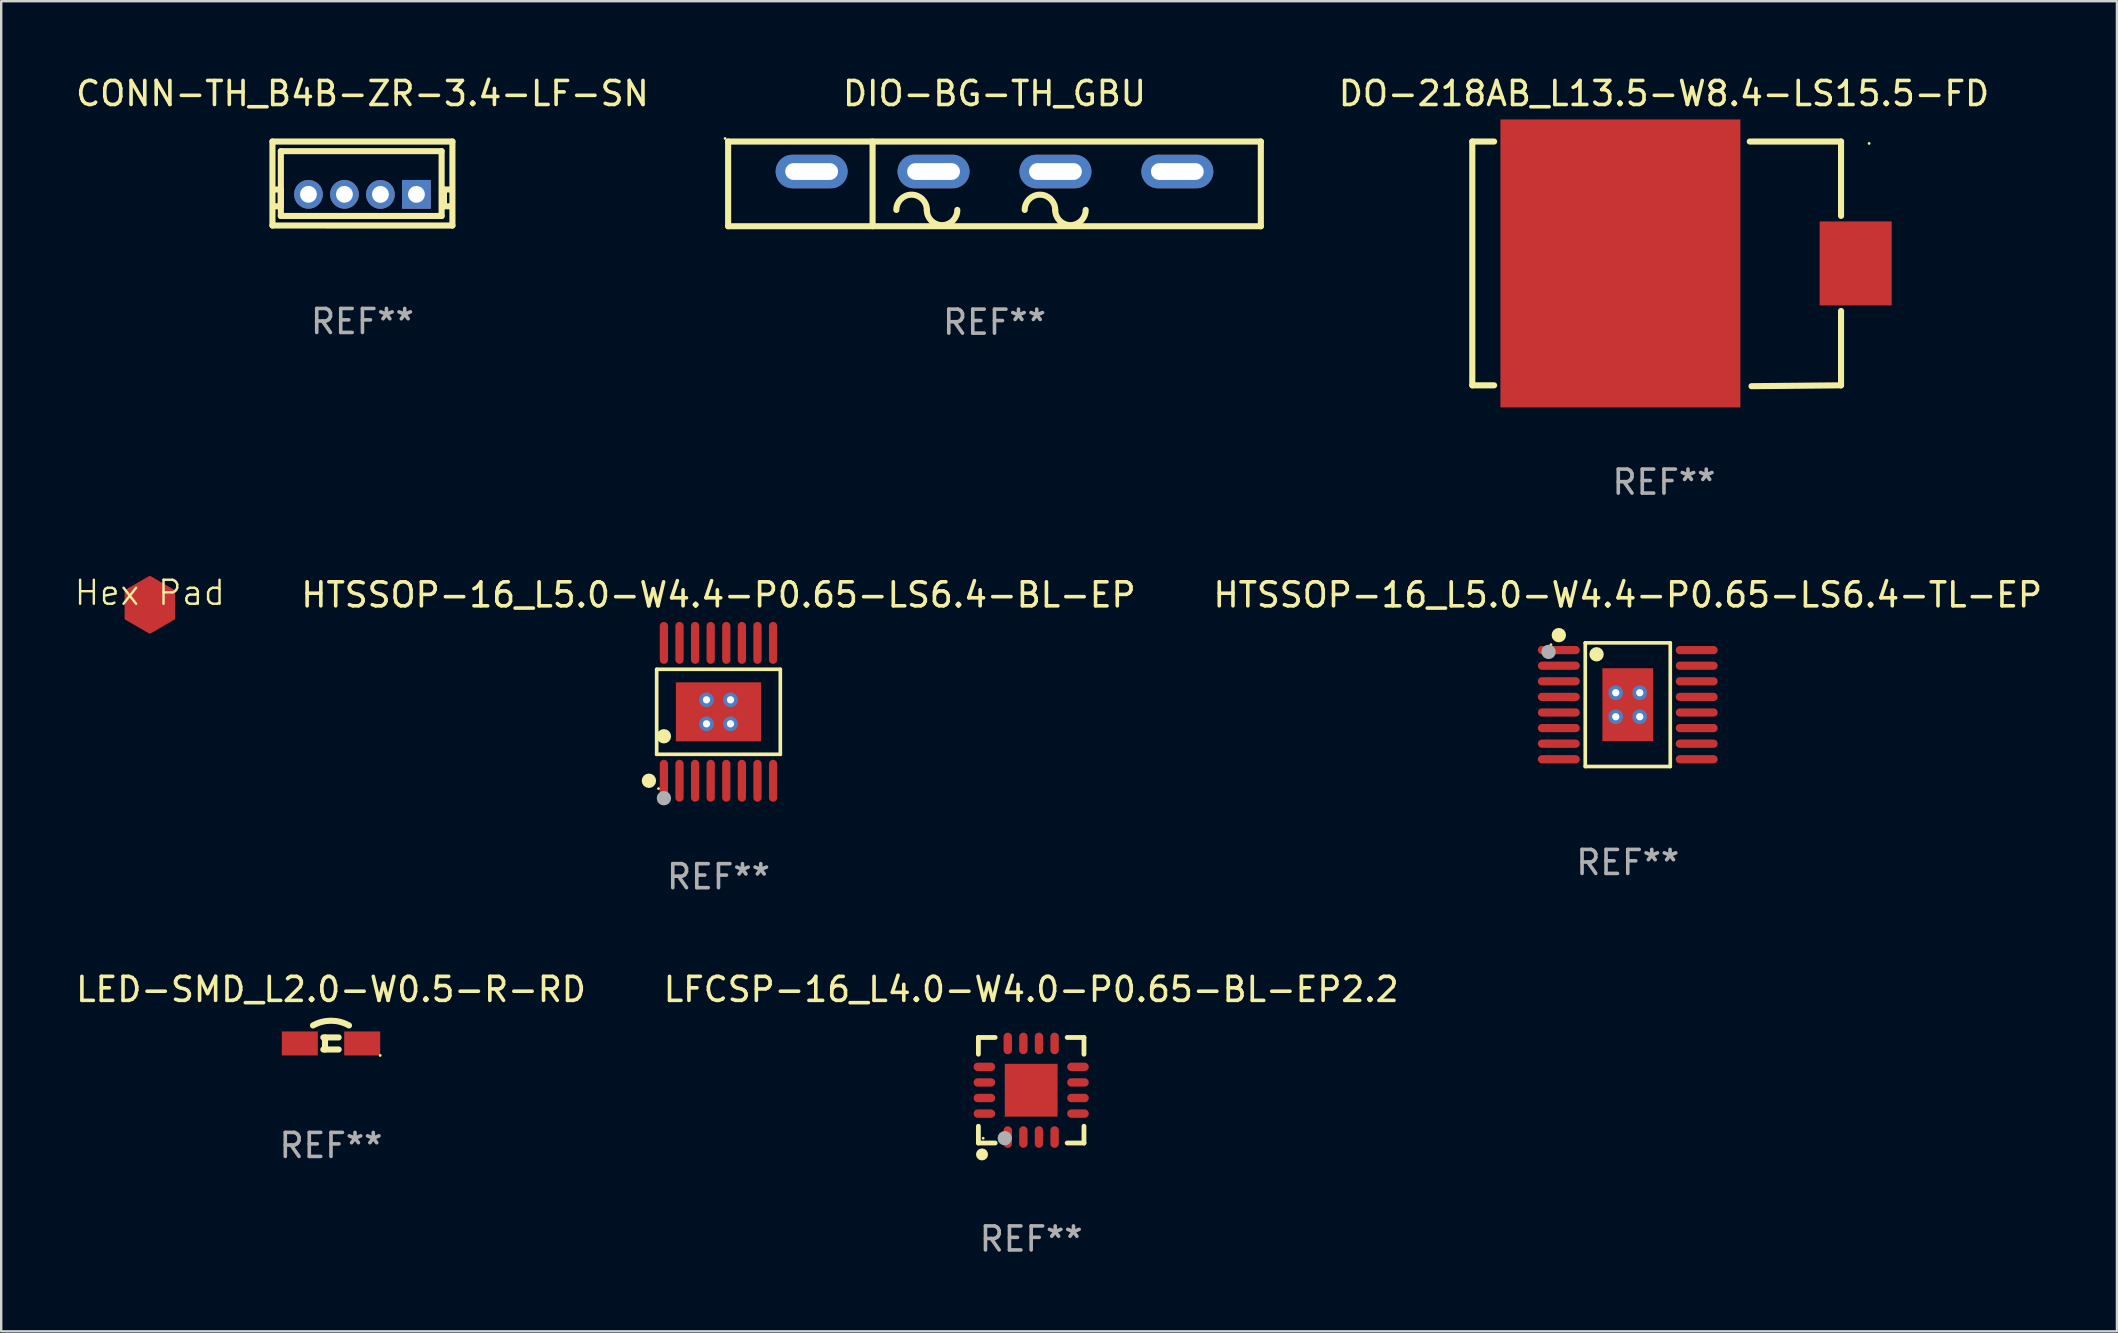
<source format=kicad_pcb>
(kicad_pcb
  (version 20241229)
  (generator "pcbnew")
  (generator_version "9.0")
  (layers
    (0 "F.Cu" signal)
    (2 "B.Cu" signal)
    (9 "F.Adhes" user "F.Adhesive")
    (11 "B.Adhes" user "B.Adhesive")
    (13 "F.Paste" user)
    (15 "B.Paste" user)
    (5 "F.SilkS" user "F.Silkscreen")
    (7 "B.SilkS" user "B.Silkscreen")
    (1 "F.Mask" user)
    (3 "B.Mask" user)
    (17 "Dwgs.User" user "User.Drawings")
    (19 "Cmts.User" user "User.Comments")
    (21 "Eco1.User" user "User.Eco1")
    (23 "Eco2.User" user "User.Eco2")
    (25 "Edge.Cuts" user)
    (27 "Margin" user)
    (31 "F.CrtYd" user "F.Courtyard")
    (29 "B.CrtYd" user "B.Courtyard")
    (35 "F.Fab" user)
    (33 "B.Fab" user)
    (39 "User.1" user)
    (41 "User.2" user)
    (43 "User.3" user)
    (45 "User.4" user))
  (footprint "LFCSP-16_L4.0-W4.0-P0.65-BL-EP2.2"
    (layer "F.Cu")
    (at 39.923 42.384)
    (property "Reference" "LFCSP-16_L4.0-W4.0-P0.65-BL-EP2.2" (at -0.000051 -4.2 0) (layer "F.SilkS") (effects (font (size 1 1) (thickness 0.15))))
    (attr through_hole)
    (fp_line (start -2.2 -2.2) (end -1.5 -2.2) (stroke (width 0.2) (type solid)) (layer "F.SilkS"))
    (fp_line (start -2.2 -1.5) (end -2.2 -2.2) (stroke (width 0.2) (type solid)) (layer "F.SilkS"))
    (fp_line (start -2.2 2.2) (end -2.2 1.5) (stroke (width 0.2) (type solid)) (layer "F.SilkS"))
    (fp_line (start -1.5 2.2) (end -2.2 2.2) (stroke (width 0.2) (type solid)) (layer "F.SilkS"))
    (fp_line (start 1.5 2.2) (end 2.2 2.2) (stroke (width 0.2) (type solid)) (layer "F.SilkS"))
    (fp_line (start 2.2 -2.2) (end 1.5 -2.2) (stroke (width 0.2) (type solid)) (layer "F.SilkS"))
    (fp_line (start 2.2 -1.5) (end 2.2 -2.2) (stroke (width 0.2) (type solid)) (layer "F.SilkS"))
    (fp_line (start 2.2 2.2) (end 2.2 1.5) (stroke (width 0.2) (type solid)) (layer "F.SilkS"))
    (fp_arc (start -2.047295 2.550114) (mid -2.048565 2.800094) (end -2.049835 2.550114) (stroke (width 0.25) (type solid)) (layer "F.SilkS"))
    (fp_circle (center -2 2) (end -1.97 2) (stroke (width 0.06) (type solid)) (fill no) (layer "F.SilkS"))
    (fp_circle (center -1.1 2) (end -0.95 2) (stroke (width 0.3) (type solid)) (fill no) (layer "F.Fab"))
    (fp_text user "REF**" (at -0.000051 6.2 0) (layer "F.Fab") (effects (font (size 1 1) (thickness 0.15))))
    (pad "1" smd oval (at -0.975 1.95 180) (size 0.35 0.9) (layers "F.Cu" "F.Mask" "F.Paste"))
    (pad "2" smd oval (at -0.325 1.95 180) (size 0.35 0.9) (layers "F.Cu" "F.Mask" "F.Paste"))
    (pad "3" smd oval (at 0.325 1.95 180) (size 0.35 0.9) (layers "F.Cu" "F.Mask" "F.Paste"))
    (pad "4" smd oval (at 0.975 1.95 180) (size 0.35 0.9) (layers "F.Cu" "F.Mask" "F.Paste"))
    (pad "5" smd oval (at 1.95 0.975 90) (size 0.35 0.9) (layers "F.Cu" "F.Mask" "F.Paste"))
    (pad "6" smd oval (at 1.95 0.325 90) (size 0.35 0.9) (layers "F.Cu" "F.Mask" "F.Paste"))
    (pad "7" smd oval (at 1.95 -0.325 90) (size 0.35 0.9) (layers "F.Cu" "F.Mask" "F.Paste"))
    (pad "8" smd oval (at 1.95 -0.975 90) (size 0.35 0.9) (layers "F.Cu" "F.Mask" "F.Paste"))
    (pad "9" smd oval (at 0.975 -1.95 180) (size 0.35 0.9) (layers "F.Cu" "F.Mask" "F.Paste"))
    (pad "10" smd oval (at 0.325 -1.95 180) (size 0.35 0.9) (layers "F.Cu" "F.Mask" "F.Paste"))
    (pad "11" smd oval (at -0.325 -1.95 180) (size 0.35 0.9) (layers "F.Cu" "F.Mask" "F.Paste"))
    (pad "12" smd oval (at -0.975 -1.95 180) (size 0.35 0.9) (layers "F.Cu" "F.Mask" "F.Paste"))
    (pad "13" smd oval (at -1.95 -0.975 90) (size 0.35 0.9) (layers "F.Cu" "F.Mask" "F.Paste"))
    (pad "14" smd oval (at -1.95 -0.325 90) (size 0.35 0.9) (layers "F.Cu" "F.Mask" "F.Paste"))
    (pad "15" smd oval (at -1.95 0.325 90) (size 0.35 0.9) (layers "F.Cu" "F.Mask" "F.Paste"))
    (pad "16" smd oval (at -1.95 0.975 90) (size 0.35 0.9) (layers "F.Cu" "F.Mask" "F.Paste"))
    (pad "17" smd rect (at 0 0 90) (size 2.2 2.2) (layers "F.Cu" "F.Mask" "F.Paste")))
  (footprint "DIO-BG-TH_GBU"
    (layer "F.Cu")
    (at 38.394 4.098)
    (property "Reference" "DIO-BG-TH_GBU" (at 0 -3.25 0) (layer "F.SilkS") (effects (font (size 1 1) (thickness 0.15))))
    (attr through_hole)
    (fp_line (start -11.1 -1.25) (end 11.1 -1.25) (stroke (width 0.254) (type solid)) (layer "F.SilkS"))
    (fp_line (start -11.1 2.28) (end -11.1 -1.25) (stroke (width 0.254) (type solid)) (layer "F.SilkS"))
    (fp_line (start -5.08 -1.25) (end -5.08 2.28) (stroke (width 0.254) (type solid)) (layer "F.SilkS"))
    (fp_line (start 11.1 -1.25) (end 11.1 2.28) (stroke (width 0.254) (type solid)) (layer "F.SilkS"))
    (fp_line (start 11.1 2.28) (end -11.1 2.28) (stroke (width 0.254) (type solid)) (layer "F.SilkS"))
    (fp_arc (start -4.089992 1.600076) (mid -3.454991 0.965075) (end -2.81999 1.600076) (stroke (width 0.254001) (type solid)) (layer "F.SilkS"))
    (fp_arc (start -1.549987 1.600076) (mid -2.184989 2.235078) (end -2.819991 1.600076) (stroke (width 0.254001) (type solid)) (layer "F.SilkS"))
    (fp_arc (start 1.259995 1.600076) (mid 1.894996 0.965075) (end 2.529997 1.600076) (stroke (width 0.254001) (type solid)) (layer "F.SilkS"))
    (fp_arc (start 3.8 1.600076) (mid 3.164999 2.235077) (end 2.529998 1.600076) (stroke (width 0.254001) (type solid)) (layer "F.SilkS"))
    (fp_circle (center -11.227 -1.377) (end -11.197 -1.377) (stroke (width 0.06) (type solid)) (fill no) (layer "F.SilkS"))
    (fp_text user "+" (at -7 3.6 0) (layer "B.Mask") (effects (font (size 1 1) (thickness 0.15))))
    (fp_text user "-" (at 8.65 3.85 0) (layer "B.Mask") (effects (font (size 1 1) (thickness 0.15))))
    (fp_text user "REF**" (at 0 6.28 0) (layer "F.Fab") (effects (font (size 1 1) (thickness 0.15))))
    (pad "1" thru_hole oval (at -7.62 0 180) (size 3 1.4) (drill oval 2.2 0.7) (layers "*.Cu" "*.Mask"))
    (pad "2" thru_hole oval (at -2.54 0 180) (size 3 1.4) (drill oval 2.2 0.7) (layers "*.Cu" "*.Mask"))
    (pad "3" thru_hole oval (at 2.54 0 180) (size 3 1.4) (drill oval 2.2 0.7) (layers "*.Cu" "*.Mask"))
    (pad "4" thru_hole oval (at 7.62 0 180) (size 3 1.4) (drill oval 2.2 0.7) (layers "*.Cu" "*.Mask")))
  (footprint "CONN-TH_B4B-ZR-3.4-LF-SN"
    (layer "F.Cu")
    (at 12.054 5.05)
    (property "Reference" "CONN-TH_B4B-ZR-3.4-LF-SN" (at 0 -4.202 0) (layer "F.SilkS") (effects (font (size 1 1) (thickness 0.15))))
    (attr through_hole)
    (fp_line (start -3.75 -2.202) (end 3.75 -2.202) (stroke (width 0.254) (type solid)) (layer "F.SilkS"))
    (fp_line (start -3.75 1.298) (end -3.75 -2.202) (stroke (width 0.254) (type solid)) (layer "F.SilkS"))
    (fp_line (start -3.702 -0.202) (end -3.402 -0.202) (stroke (width 0.254) (type solid)) (layer "F.SilkS"))
    (fp_line (start -3.402 -0.202) (end -3.402 0.398) (stroke (width 0.254) (type solid)) (layer "F.SilkS"))
    (fp_line (start -3.402 0.398) (end -3.402 0.498) (stroke (width 0.254) (type solid)) (layer "F.SilkS"))
    (fp_line (start -3.402 0.498) (end -3.702 0.498) (stroke (width 0.254) (type solid)) (layer "F.SilkS"))
    (fp_line (start -3.4 -1.8) (end -3.4 0.9) (stroke (width 0.254) (type solid)) (layer "F.SilkS"))
    (fp_line (start -3.4 0.9) (end 3.3 0.9) (stroke (width 0.254) (type solid)) (layer "F.SilkS"))
    (fp_line (start 3.3 -1.8) (end -3.4 -1.8) (stroke (width 0.254) (type solid)) (layer "F.SilkS"))
    (fp_line (start 3.3 0.9) (end 3.3 -1.8) (stroke (width 0.254) (type solid)) (layer "F.SilkS"))
    (fp_line (start 3.397 -0.203) (end 3.397 0.397) (stroke (width 0.254) (type solid)) (layer "F.SilkS"))
    (fp_line (start 3.397 0.397) (end 3.397 0.497) (stroke (width 0.254) (type solid)) (layer "F.SilkS"))
    (fp_line (start 3.397 0.497) (end 3.697 0.497) (stroke (width 0.254) (type solid)) (layer "F.SilkS"))
    (fp_line (start 3.697 -0.203) (end 3.397 -0.203) (stroke (width 0.254) (type solid)) (layer "F.SilkS"))
    (fp_line (start 3.75 -2.202) (end 3.75 1.298) (stroke (width 0.254) (type solid)) (layer "F.SilkS"))
    (fp_line (start 3.75 1.299) (end -3.75 1.298) (stroke (width 0.254) (type solid)) (layer "F.SilkS"))
    (fp_circle (center 3.75 -2.2) (end 3.78 -2.2) (stroke (width 0.06) (type solid)) (fill no) (layer "F.SilkS"))
    (fp_text user "REF**" (at 0 5.299 0) (layer "F.Fab") (effects (font (size 1 1) (thickness 0.15))))
    (pad "1" thru_hole rect (at 2.25 0) (size 1.2 1.2) (drill 0.7) (layers "*.Cu" "*.Mask"))
    (pad "2" thru_hole circle (at 0.75 0.002) (size 1.2 1.2) (drill 0.7) (layers "*.Cu" "*.Mask"))
    (pad "3" thru_hole circle (at -0.75 -0.002) (size 1.2 1.2) (drill 0.7) (layers "*.Cu" "*.Mask"))
    (pad "4" thru_hole circle (at -2.25 -0.002) (size 1.2 1.2) (drill 0.7) (layers "*.Cu" "*.Mask")))
  (footprint "HTSSOP-16_L5.0-W4.4-P0.65-LS6.4-BL-EP"
    (layer "F.Cu")
    (at 26.892 26.614)
    (property "Reference" "HTSSOP-16_L5.0-W4.4-P0.65-LS6.4-BL-EP" (at 0 -4.873 0) (layer "F.SilkS") (effects (font (size 1 1) (thickness 0.15))))
    (attr through_hole)
    (fp_line (start -2.576 -1.771) (end 2.576 -1.771) (stroke (width 0.152) (type solid)) (layer "F.SilkS"))
    (fp_line (start -2.576 1.771) (end -2.576 -1.771) (stroke (width 0.152) (type solid)) (layer "F.SilkS"))
    (fp_line (start 2.576 -1.771) (end 2.576 1.771) (stroke (width 0.152) (type solid)) (layer "F.SilkS"))
    (fp_line (start 2.576 1.771) (end -2.576 1.771) (stroke (width 0.152) (type solid)) (layer "F.SilkS"))
    (fp_circle (center -2.899 2.873) (end -2.749 2.873) (stroke (width 0.3) (type solid)) (fill no) (layer "F.SilkS"))
    (fp_circle (center -2.5 3.2) (end -2.47 3.2) (stroke (width 0.06) (type solid)) (fill no) (layer "F.SilkS"))
    (fp_circle (center -2.275 1.019) (end -2.125 1.019) (stroke (width 0.3) (type solid)) (fill no) (layer "F.SilkS"))
    (fp_circle (center -2.275 3.6) (end -2.125 3.6) (stroke (width 0.3) (type solid)) (fill no) (layer "F.Fab"))
    (fp_text user "REF**" (at 0 6.873 0) (layer "F.Fab") (effects (font (size 1 1) (thickness 0.15))))
    (pad "1" smd oval (at -2.275 2.873) (size 0.343 1.747) (layers "F.Cu" "F.Mask" "F.Paste"))
    (pad "2" smd oval (at -1.625 2.873) (size 0.343 1.747) (layers "F.Cu" "F.Mask" "F.Paste"))
    (pad "3" smd oval (at -0.975 2.873) (size 0.343 1.747) (layers "F.Cu" "F.Mask" "F.Paste"))
    (pad "4" smd oval (at -0.325 2.873) (size 0.343 1.747) (layers "F.Cu" "F.Mask" "F.Paste"))
    (pad "5" smd oval (at 0.325 2.873) (size 0.343 1.747) (layers "F.Cu" "F.Mask" "F.Paste"))
    (pad "6" smd oval (at 0.975 2.873) (size 0.343 1.747) (layers "F.Cu" "F.Mask" "F.Paste"))
    (pad "7" smd oval (at 1.625 2.873) (size 0.343 1.747) (layers "F.Cu" "F.Mask" "F.Paste"))
    (pad "8" smd oval (at 2.275 2.873) (size 0.343 1.747) (layers "F.Cu" "F.Mask" "F.Paste"))
    (pad "9" smd oval (at 2.275 -2.873) (size 0.343 1.747) (layers "F.Cu" "F.Mask" "F.Paste"))
    (pad "10" smd oval (at 1.625 -2.873) (size 0.343 1.747) (layers "F.Cu" "F.Mask" "F.Paste"))
    (pad "11" smd oval (at 0.975 -2.873) (size 0.343 1.747) (layers "F.Cu" "F.Mask" "F.Paste"))
    (pad "12" smd oval (at 0.325 -2.873) (size 0.343 1.747) (layers "F.Cu" "F.Mask" "F.Paste"))
    (pad "13" smd oval (at -0.325 -2.873) (size 0.343 1.747) (layers "F.Cu" "F.Mask" "F.Paste"))
    (pad "14" smd oval (at -0.975 -2.873) (size 0.343 1.747) (layers "F.Cu" "F.Mask" "F.Paste"))
    (pad "15" smd oval (at -1.625 -2.873) (size 0.343 1.747) (layers "F.Cu" "F.Mask" "F.Paste"))
    (pad "16" smd oval (at -2.275 -2.873) (size 0.343 1.747) (layers "F.Cu" "F.Mask" "F.Paste"))
    (pad "17" thru_hole circle (at -0.5 -0.5) (size 0.61 0.61) (drill 0.305) (layers "*.Cu" "F.Mask"))
    (pad "17" thru_hole circle (at -0.5 0.5) (size 0.61 0.61) (drill 0.305) (layers "*.Cu" "F.Mask"))
    (pad "17" smd rect (at 0 0) (size 3.55 2.46) (layers "F.Cu" "F.Mask" "F.Paste"))
    (pad "17" thru_hole circle (at 0.5 -0.5) (size 0.61 0.61) (drill 0.305) (layers "*.Cu" "F.Mask"))
    (pad "17" thru_hole circle (at 0.5 0.5) (size 0.61 0.61) (drill 0.305) (layers "*.Cu" "F.Mask")))
  (footprint "HTSSOP-16_L5.0-W4.4-P0.65-LS6.4-TL-EP"
    (layer "F.Cu")
    (at 64.785 26.317)
    (property "Reference" "HTSSOP-16_L5.0-W4.4-P0.65-LS6.4-TL-EP" (at -0.000102 -4.576 0) (layer "F.SilkS") (effects (font (size 1 1) (thickness 0.15))))
    (attr through_hole)
    (fp_line (start -1.771 -2.576) (end 1.771 -2.576) (stroke (width 0.152) (type solid)) (layer "F.SilkS"))
    (fp_line (start -1.771 2.576) (end -1.771 -2.576) (stroke (width 0.152) (type solid)) (layer "F.SilkS"))
    (fp_line (start 1.771 -2.576) (end 1.771 2.576) (stroke (width 0.152) (type solid)) (layer "F.SilkS"))
    (fp_line (start 1.771 2.576) (end -1.771 2.576) (stroke (width 0.152) (type solid)) (layer "F.SilkS"))
    (fp_circle (center -3.2 -2.5) (end -3.17 -2.5) (stroke (width 0.06) (type solid)) (fill no) (layer "F.SilkS"))
    (fp_circle (center -2.873 -2.899) (end -2.723 -2.899) (stroke (width 0.3) (type solid)) (fill no) (layer "F.SilkS"))
    (fp_circle (center -1.3 -2.1) (end -1.15 -2.1) (stroke (width 0.3) (type solid)) (fill no) (layer "F.SilkS"))
    (fp_circle (center -3.3 -2.2) (end -3.15 -2.2) (stroke (width 0.3) (type solid)) (fill no) (layer "F.Fab"))
    (fp_text user "REF**" (at -0.000102 6.576 0) (layer "F.Fab") (effects (font (size 1 1) (thickness 0.15))))
    (pad "" thru_hole circle (at -0.5 -0.5) (size 0.61 0.61) (drill 0.305) (layers "*.Cu" "*.Mask"))
    (pad "" thru_hole circle (at -0.5 0.5) (size 0.61 0.61) (drill 0.305) (layers "*.Cu" "*.Mask"))
    (pad "" thru_hole circle (at 0.5 -0.5) (size 0.61 0.61) (drill 0.305) (layers "*.Cu" "*.Mask"))
    (pad "" thru_hole circle (at 0.5 0.5) (size 0.61 0.61) (drill 0.305) (layers "*.Cu" "*.Mask"))
    (pad "1" smd oval (at -2.873 -2.275) (size 1.747 0.343) (layers "F.Cu" "F.Mask" "F.Paste"))
    (pad "2" smd oval (at -2.873 -1.625) (size 1.747 0.343) (layers "F.Cu" "F.Mask" "F.Paste"))
    (pad "3" smd oval (at -2.873 -0.975) (size 1.747 0.343) (layers "F.Cu" "F.Mask" "F.Paste"))
    (pad "4" smd oval (at -2.873 -0.325) (size 1.747 0.343) (layers "F.Cu" "F.Mask" "F.Paste"))
    (pad "5" smd oval (at -2.873 0.325) (size 1.747 0.343) (layers "F.Cu" "F.Mask" "F.Paste"))
    (pad "6" smd oval (at -2.873 0.975) (size 1.747 0.343) (layers "F.Cu" "F.Mask" "F.Paste"))
    (pad "7" smd oval (at -2.873 1.625) (size 1.747 0.343) (layers "F.Cu" "F.Mask" "F.Paste"))
    (pad "8" smd oval (at -2.873 2.275) (size 1.747 0.343) (layers "F.Cu" "F.Mask" "F.Paste"))
    (pad "9" smd oval (at 2.873 2.275) (size 1.747 0.343) (layers "F.Cu" "F.Mask" "F.Paste"))
    (pad "10" smd oval (at 2.873 1.625) (size 1.747 0.343) (layers "F.Cu" "F.Mask" "F.Paste"))
    (pad "11" smd oval (at 2.873 0.975) (size 1.747 0.343) (layers "F.Cu" "F.Mask" "F.Paste"))
    (pad "12" smd oval (at 2.873 0.325) (size 1.747 0.343) (layers "F.Cu" "F.Mask" "F.Paste"))
    (pad "13" smd oval (at 2.873 -0.325) (size 1.747 0.343) (layers "F.Cu" "F.Mask" "F.Paste"))
    (pad "14" smd oval (at 2.873 -0.975) (size 1.747 0.343) (layers "F.Cu" "F.Mask" "F.Paste"))
    (pad "15" smd oval (at 2.873 -1.625) (size 1.747 0.343) (layers "F.Cu" "F.Mask" "F.Paste"))
    (pad "16" smd oval (at 2.873 -2.275) (size 1.747 0.343) (layers "F.Cu" "F.Mask" "F.Paste"))
    (pad "17" smd rect (at -0.000102 0.000051) (size 2.115 3.04) (layers "F.Cu" "F.Mask" "F.Paste")))
  (footprint "LED-SMD_L2.0-W0.5-R-RD"
    (layer "F.Cu")
    (at 10.744 40.434)
    (property "Reference" "LED-SMD_L2.0-W0.5-R-RD" (at 0.000025 -2.25 0) (layer "F.SilkS") (effects (font (size 1 1) (thickness 0.15))))
    (attr through_hole)
    (fp_line (start -0.319 -0.25) (end 0.319 -0.25) (stroke (width 0.254) (type solid)) (layer "F.SilkS"))
    (fp_line (start -0.25 -0.25) (end -0.25 0.253) (stroke (width 0.254) (type solid)) (layer "F.SilkS"))
    (fp_line (start 0.319 0.253) (end -0.319 0.253) (stroke (width 0.254) (type solid)) (layer "F.SilkS"))
    (fp_arc (start -0.749987 -0.749987) (mid 0.000013 -0.946803) (end 0.750013 -0.749987) (stroke (width 0.254001) (type solid)) (layer "F.SilkS"))
    (fp_circle (center 2.05 0.5) (end 2.08 0.5) (stroke (width 0.06) (type solid)) (fill no) (layer "F.SilkS"))
    (fp_text user "REF**" (at 0.000025 4.253 0) (layer "F.Fab") (effects (font (size 1 1) (thickness 0.15))))
    (pad "1" smd rect (at 1.3 0.000025 90) (size 1 1.5) (layers "F.Cu" "F.Mask" "F.Paste"))
    (pad "2" smd rect (at -1.3 0.000025 90) (size 1 1.5) (layers "F.Cu" "F.Mask" "F.Paste")))
  (footprint "Hex Pad"
    (layer "F.Cu")
    (at 3.193 22.153)
    (property "Reference" "Hex Pad" (at 0 -0.5 0) (unlocked yes) (layer "F.SilkS") (effects (font (size 1 1) (thickness 0.1))))
    (attr smd)
    (pad "1" smd custom (at 0 0) (size 1 1) (layers "F.Cu" "F.Mask") (options (anchor circle)) (primitives (gr_poly (pts (xy 0 -1.155) (xy 1 -0.577) (xy 1 0.577) (xy 0 1.155) (xy -1 0.577) (xy -1 -0.577)) (width 0.1) (fill yes)))))
  (footprint "DO-218AB_L13.5-W8.4-LS15.5-FD"
    (layer "F.Cu")
    (at 69.38 7.928)
    (property "Reference" "DO-218AB_L13.5-W8.4-LS15.5-FD" (at -3.086 -7.08 0) (layer "F.SilkS") (effects (font (size 1 1) (thickness 0.15))))
    (attr through_hole)
    (fp_line (start -11.074 -5.08) (end -10.163 -5.08) (stroke (width 0.254) (type solid)) (layer "F.SilkS"))
    (fp_line (start -11.074 5.08) (end -11.074 -5.08) (stroke (width 0.254) (type solid)) (layer "F.SilkS"))
    (fp_line (start -10.163 5.08) (end -11.074 5.08) (stroke (width 0.254) (type solid)) (layer "F.SilkS"))
    (fp_line (start 0.489 -5.08) (end 4.293 -5.08) (stroke (width 0.254) (type solid)) (layer "F.SilkS"))
    (fp_line (start 4.293 -5.08) (end 4.293 -1.981) (stroke (width 0.254) (type solid)) (layer "F.SilkS"))
    (fp_line (start 4.293 1.981) (end 4.293 5.08) (stroke (width 0.254) (type solid)) (layer "F.SilkS"))
    (fp_line (start 4.293 5.08) (end 0.562 5.116) (stroke (width 0.254) (type solid)) (layer "F.SilkS"))
    (fp_circle (center 5.463 -5) (end 5.493 -5) (stroke (width 0.06) (type solid)) (fill no) (layer "F.SilkS"))
    (fp_text user "REF**" (at -3.086 9.116 0) (layer "F.Fab") (effects (font (size 1 1) (thickness 0.15))))
    (pad "1" smd rect (at 4.902 0 90) (size 3.5 3) (layers "F.Cu" "F.Mask" "F.Paste"))
    (pad "2" smd rect (at -4.902 0 90) (size 12 10) (layers "F.Cu" "F.Mask" "F.Paste")))
  (gr_rect
    (start -3 -3)
    (end 85.171 52.432)
    (stroke (width 0.1) (type default))
    (fill no)
    (layer "Edge.Cuts")))
</source>
